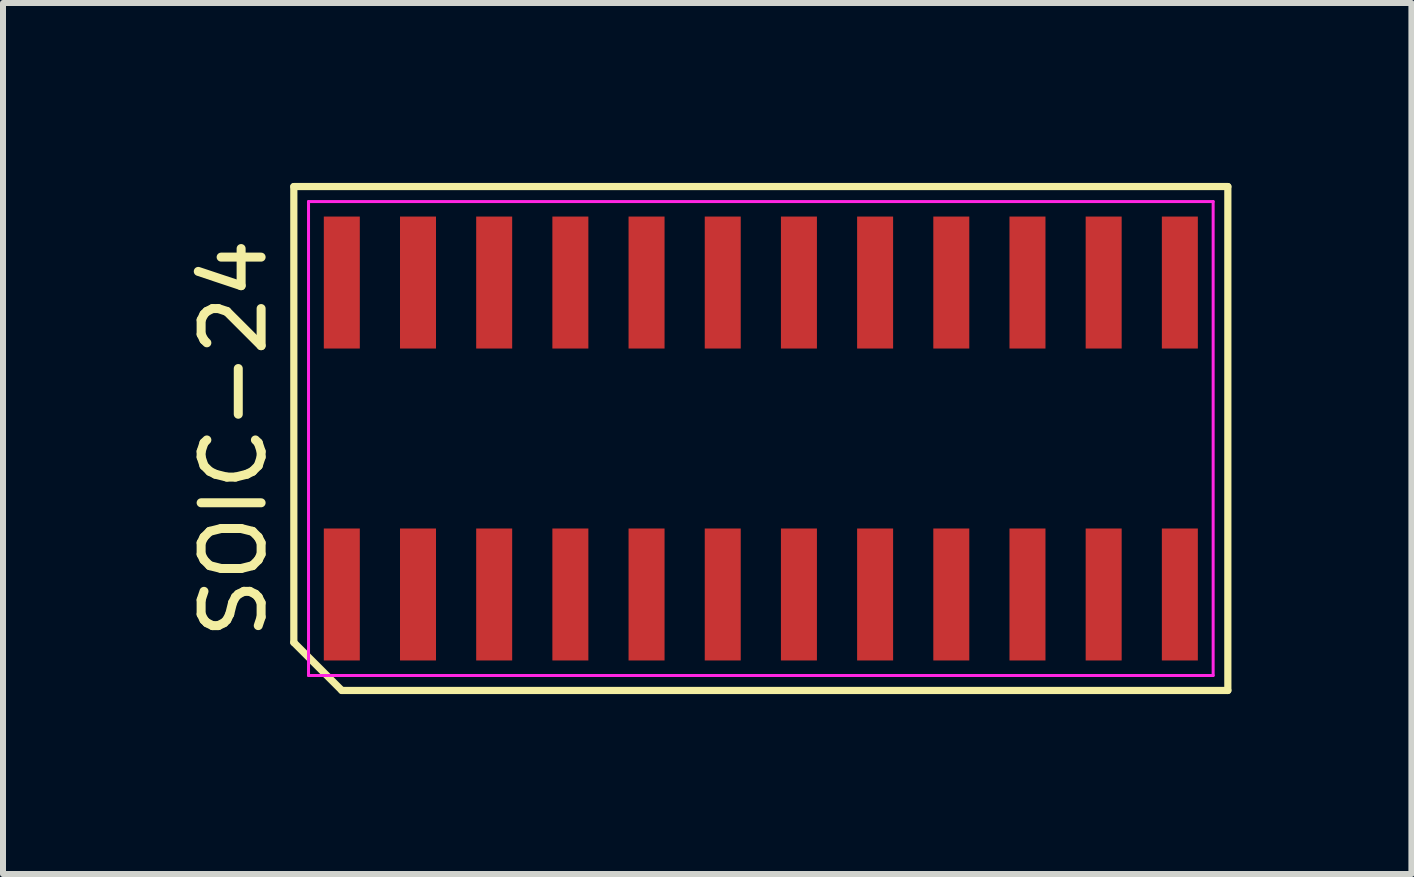
<source format=kicad_pcb>
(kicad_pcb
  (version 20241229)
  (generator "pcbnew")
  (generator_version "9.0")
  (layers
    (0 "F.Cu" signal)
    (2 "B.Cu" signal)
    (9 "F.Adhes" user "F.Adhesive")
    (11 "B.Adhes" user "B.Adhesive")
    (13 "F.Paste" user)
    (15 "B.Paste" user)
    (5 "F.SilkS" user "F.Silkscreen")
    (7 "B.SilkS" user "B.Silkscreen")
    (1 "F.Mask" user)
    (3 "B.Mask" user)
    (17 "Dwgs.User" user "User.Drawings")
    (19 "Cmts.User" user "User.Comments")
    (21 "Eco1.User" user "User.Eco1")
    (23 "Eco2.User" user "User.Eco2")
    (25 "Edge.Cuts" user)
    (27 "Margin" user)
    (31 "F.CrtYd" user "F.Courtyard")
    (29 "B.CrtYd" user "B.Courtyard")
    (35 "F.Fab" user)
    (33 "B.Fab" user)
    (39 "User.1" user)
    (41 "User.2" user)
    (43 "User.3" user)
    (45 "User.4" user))
  (footprint "SOIC-24"
    (layer "F.Cu")
    (at 9.633 4.26)
    (property "Reference" "SOIC-24" (at -8.785 0 90) (layer "F.SilkS") (effects (font (size 1 1) (thickness 0.15))))
    (attr smd)
    (fp_line (start -7.785 -4.2) (end 7.785 -4.2) (stroke (width 0.12) (type solid)) (layer "F.SilkS"))
    (fp_line (start -7.785 3.4) (end -7.785 -4.2) (stroke (width 0.12) (type solid)) (layer "F.SilkS"))
    (fp_line (start -6.985 4.2) (end -7.785 3.4) (stroke (width 0.12) (type solid)) (layer "F.SilkS"))
    (fp_line (start 7.785 -4.2) (end 7.785 4.2) (stroke (width 0.12) (type solid)) (layer "F.SilkS"))
    (fp_line (start 7.785 4.2) (end -6.985 4.2) (stroke (width 0.12) (type solid)) (layer "F.SilkS"))
    (fp_line (start -7.54 -3.95) (end 7.54 -3.95) (stroke (width 0.05) (type solid)) (layer "F.CrtYd"))
    (fp_line (start -7.54 3.95) (end -7.54 -3.95) (stroke (width 0.05) (type solid)) (layer "F.CrtYd"))
    (fp_line (start 7.54 -3.95) (end 7.54 3.95) (stroke (width 0.05) (type solid)) (layer "F.CrtYd"))
    (fp_line (start 7.54 3.95) (end -7.54 3.95) (stroke (width 0.05) (type solid)) (layer "F.CrtYd"))
    (pad "1" smd rect (at -6.985 2.6) (size 0.6 2.2) (layers "F.Cu" "F.Mask" "F.Paste"))
    (pad "2" smd rect (at -5.715 2.6) (size 0.6 2.2) (layers "F.Cu" "F.Mask" "F.Paste"))
    (pad "3" smd rect (at -4.445 2.6) (size 0.6 2.2) (layers "F.Cu" "F.Mask" "F.Paste"))
    (pad "4" smd rect (at -3.175 2.6) (size 0.6 2.2) (layers "F.Cu" "F.Mask" "F.Paste"))
    (pad "5" smd rect (at -1.905 2.6) (size 0.6 2.2) (layers "F.Cu" "F.Mask" "F.Paste"))
    (pad "6" smd rect (at -0.635 2.6) (size 0.6 2.2) (layers "F.Cu" "F.Mask" "F.Paste"))
    (pad "7" smd rect (at 0.635 2.6) (size 0.6 2.2) (layers "F.Cu" "F.Mask" "F.Paste"))
    (pad "8" smd rect (at 1.905 2.6) (size 0.6 2.2) (layers "F.Cu" "F.Mask" "F.Paste"))
    (pad "9" smd rect (at 3.175 2.6) (size 0.6 2.2) (layers "F.Cu" "F.Mask" "F.Paste"))
    (pad "10" smd rect (at 4.445 2.6) (size 0.6 2.2) (layers "F.Cu" "F.Mask" "F.Paste"))
    (pad "11" smd rect (at 5.715 2.6) (size 0.6 2.2) (layers "F.Cu" "F.Mask" "F.Paste"))
    (pad "12" smd rect (at 6.985 2.6) (size 0.6 2.2) (layers "F.Cu" "F.Mask" "F.Paste"))
    (pad "13" smd rect (at 6.985 -2.6) (size 0.6 2.2) (layers "F.Cu" "F.Mask" "F.Paste"))
    (pad "14" smd rect (at 5.715 -2.6) (size 0.6 2.2) (layers "F.Cu" "F.Mask" "F.Paste"))
    (pad "15" smd rect (at 4.445 -2.6) (size 0.6 2.2) (layers "F.Cu" "F.Mask" "F.Paste"))
    (pad "16" smd rect (at 3.175 -2.6) (size 0.6 2.2) (layers "F.Cu" "F.Mask" "F.Paste"))
    (pad "17" smd rect (at 1.905 -2.6) (size 0.6 2.2) (layers "F.Cu" "F.Mask" "F.Paste"))
    (pad "18" smd rect (at 0.635 -2.6) (size 0.6 2.2) (layers "F.Cu" "F.Mask" "F.Paste"))
    (pad "19" smd rect (at -0.635 -2.6) (size 0.6 2.2) (layers "F.Cu" "F.Mask" "F.Paste"))
    (pad "20" smd rect (at -1.905 -2.6) (size 0.6 2.2) (layers "F.Cu" "F.Mask" "F.Paste"))
    (pad "21" smd rect (at -3.175 -2.6) (size 0.6 2.2) (layers "F.Cu" "F.Mask" "F.Paste"))
    (pad "22" smd rect (at -4.445 -2.6) (size 0.6 2.2) (layers "F.Cu" "F.Mask" "F.Paste"))
    (pad "23" smd rect (at -5.715 -2.6) (size 0.6 2.2) (layers "F.Cu" "F.Mask" "F.Paste"))
    (pad "24" smd rect (at -6.985 -2.6) (size 0.6 2.2) (layers "F.Cu" "F.Mask" "F.Paste")))
  (gr_rect
    (start -3 -3)
    (end 20.478 11.52)
    (stroke (width 0.1) (type default))
    (fill no)
    (layer "Edge.Cuts")))
</source>
